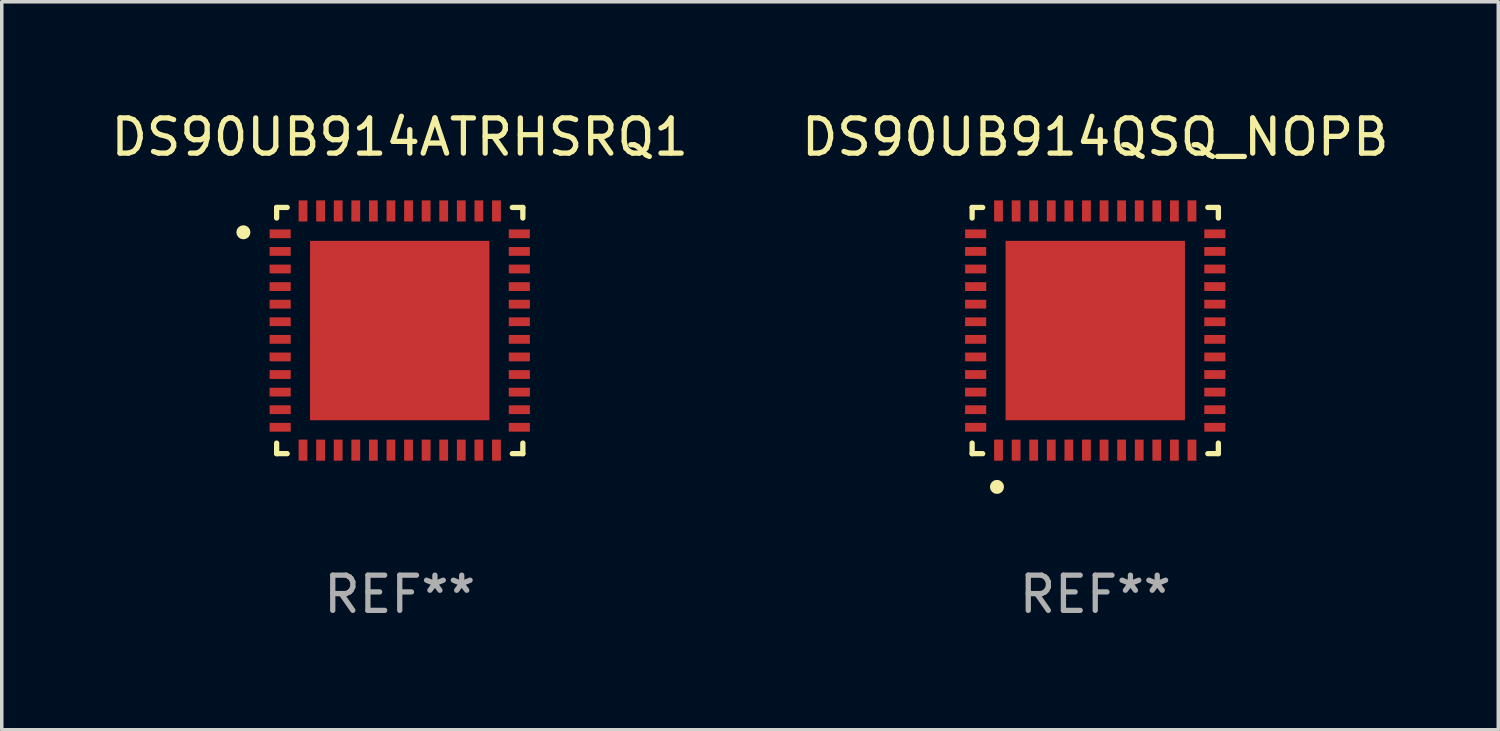
<source format=kicad_pcb>
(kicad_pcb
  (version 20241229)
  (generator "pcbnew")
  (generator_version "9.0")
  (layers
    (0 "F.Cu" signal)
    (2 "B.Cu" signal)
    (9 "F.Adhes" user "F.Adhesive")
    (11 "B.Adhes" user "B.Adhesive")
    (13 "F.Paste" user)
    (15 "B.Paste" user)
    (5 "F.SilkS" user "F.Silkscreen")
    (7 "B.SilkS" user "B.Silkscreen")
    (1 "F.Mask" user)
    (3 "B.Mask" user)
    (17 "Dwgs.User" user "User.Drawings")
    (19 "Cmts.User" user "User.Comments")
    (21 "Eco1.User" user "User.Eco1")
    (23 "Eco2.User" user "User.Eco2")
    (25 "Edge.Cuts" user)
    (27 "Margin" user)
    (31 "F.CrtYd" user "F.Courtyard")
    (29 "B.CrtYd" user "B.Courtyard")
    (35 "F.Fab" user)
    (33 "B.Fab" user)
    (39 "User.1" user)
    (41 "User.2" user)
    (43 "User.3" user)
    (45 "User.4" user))
  (footprint "DS90UB914QSQ_NOPB"
    (layer "F.Cu")
    (at 28.089 6.348)
    (property "Reference" "DS90UB914QSQ_NOPB" (at 0 -5.5 0) (layer "F.SilkS") (effects (font (size 1 1) (thickness 0.15))))
    (attr through_hole)
    (fp_line (start -3.5 -3.5) (end -3.2 -3.5) (stroke (width 0.15) (type solid)) (layer "F.SilkS"))
    (fp_line (start -3.5 -3.2) (end -3.5 -3.5) (stroke (width 0.15) (type solid)) (layer "F.SilkS"))
    (fp_line (start -3.5 3.5) (end -3.5 3.2) (stroke (width 0.15) (type solid)) (layer "F.SilkS"))
    (fp_line (start -3.2 3.5) (end -3.5 3.5) (stroke (width 0.15) (type solid)) (layer "F.SilkS"))
    (fp_line (start 3.2 -3.5) (end 3.5 -3.5) (stroke (width 0.15) (type solid)) (layer "F.SilkS"))
    (fp_line (start 3.5 -3.5) (end 3.5 -3.2) (stroke (width 0.15) (type solid)) (layer "F.SilkS"))
    (fp_line (start 3.5 3.2) (end 3.5 3.5) (stroke (width 0.15) (type solid)) (layer "F.SilkS"))
    (fp_line (start 3.5 3.5) (end 3.2 3.5) (stroke (width 0.15) (type solid)) (layer "F.SilkS"))
    (fp_circle (center -2.794 4.445) (end -2.694 4.445) (stroke (width 0.2) (type solid)) (fill no) (layer "F.SilkS"))
    (fp_text user "REF**" (at 0 7.5 0) (layer "F.Fab") (effects (font (size 1 1) (thickness 0.15))))
    (pad "1" smd rect (at -2.75 3.4 180) (size 0.25 0.6) (layers "F.Cu" "F.Mask" "F.Paste"))
    (pad "2" smd rect (at -2.25 3.4 180) (size 0.25 0.6) (layers "F.Cu" "F.Mask" "F.Paste"))
    (pad "3" smd rect (at -1.75 3.4 180) (size 0.25 0.6) (layers "F.Cu" "F.Mask" "F.Paste"))
    (pad "4" smd rect (at -1.25 3.4 180) (size 0.25 0.6) (layers "F.Cu" "F.Mask" "F.Paste"))
    (pad "5" smd rect (at -0.75 3.4 180) (size 0.25 0.6) (layers "F.Cu" "F.Mask" "F.Paste"))
    (pad "6" smd rect (at -0.25 3.4 180) (size 0.25 0.6) (layers "F.Cu" "F.Mask" "F.Paste"))
    (pad "7" smd rect (at 0.25 3.4 180) (size 0.25 0.6) (layers "F.Cu" "F.Mask" "F.Paste"))
    (pad "8" smd rect (at 0.75 3.4 180) (size 0.25 0.6) (layers "F.Cu" "F.Mask" "F.Paste"))
    (pad "9" smd rect (at 1.25 3.4 180) (size 0.25 0.6) (layers "F.Cu" "F.Mask" "F.Paste"))
    (pad "10" smd rect (at 1.75 3.4 180) (size 0.25 0.6) (layers "F.Cu" "F.Mask" "F.Paste"))
    (pad "11" smd rect (at 2.25 3.4 180) (size 0.25 0.6) (layers "F.Cu" "F.Mask" "F.Paste"))
    (pad "12" smd rect (at 2.75 3.4 180) (size 0.25 0.6) (layers "F.Cu" "F.Mask" "F.Paste"))
    (pad "13" smd rect (at 3.4 2.75 90) (size 0.25 0.6) (layers "F.Cu" "F.Mask" "F.Paste"))
    (pad "14" smd rect (at 3.4 2.25 90) (size 0.25 0.6) (layers "F.Cu" "F.Mask" "F.Paste"))
    (pad "15" smd rect (at 3.4 1.75 90) (size 0.25 0.6) (layers "F.Cu" "F.Mask" "F.Paste"))
    (pad "16" smd rect (at 3.4 1.25 90) (size 0.25 0.6) (layers "F.Cu" "F.Mask" "F.Paste"))
    (pad "17" smd rect (at 3.4 0.75 90) (size 0.25 0.6) (layers "F.Cu" "F.Mask" "F.Paste"))
    (pad "18" smd rect (at 3.4 0.25 90) (size 0.25 0.6) (layers "F.Cu" "F.Mask" "F.Paste"))
    (pad "19" smd rect (at 3.4 -0.25 90) (size 0.25 0.6) (layers "F.Cu" "F.Mask" "F.Paste"))
    (pad "20" smd rect (at 3.4 -0.75 90) (size 0.25 0.6) (layers "F.Cu" "F.Mask" "F.Paste"))
    (pad "21" smd rect (at 3.4 -1.25 90) (size 0.25 0.6) (layers "F.Cu" "F.Mask" "F.Paste"))
    (pad "22" smd rect (at 3.4 -1.75 90) (size 0.25 0.6) (layers "F.Cu" "F.Mask" "F.Paste"))
    (pad "23" smd rect (at 3.4 -2.25 90) (size 0.25 0.6) (layers "F.Cu" "F.Mask" "F.Paste"))
    (pad "24" smd rect (at 3.4 -2.75 90) (size 0.25 0.6) (layers "F.Cu" "F.Mask" "F.Paste"))
    (pad "25" smd rect (at 2.75 -3.4 180) (size 0.25 0.6) (layers "F.Cu" "F.Mask" "F.Paste"))
    (pad "26" smd rect (at 2.25 -3.4 180) (size 0.25 0.6) (layers "F.Cu" "F.Mask" "F.Paste"))
    (pad "27" smd rect (at 1.75 -3.4 180) (size 0.25 0.6) (layers "F.Cu" "F.Mask" "F.Paste"))
    (pad "28" smd rect (at 1.25 -3.4 180) (size 0.25 0.6) (layers "F.Cu" "F.Mask" "F.Paste"))
    (pad "29" smd rect (at 0.75 -3.4 180) (size 0.25 0.6) (layers "F.Cu" "F.Mask" "F.Paste"))
    (pad "30" smd rect (at 0.25 -3.4 180) (size 0.25 0.6) (layers "F.Cu" "F.Mask" "F.Paste"))
    (pad "31" smd rect (at -0.25 -3.4 180) (size 0.25 0.6) (layers "F.Cu" "F.Mask" "F.Paste"))
    (pad "32" smd rect (at -0.75 -3.4 180) (size 0.25 0.6) (layers "F.Cu" "F.Mask" "F.Paste"))
    (pad "33" smd rect (at -1.25 -3.4 180) (size 0.25 0.6) (layers "F.Cu" "F.Mask" "F.Paste"))
    (pad "34" smd rect (at -1.75 -3.4 180) (size 0.25 0.6) (layers "F.Cu" "F.Mask" "F.Paste"))
    (pad "35" smd rect (at -2.25 -3.4 180) (size 0.25 0.6) (layers "F.Cu" "F.Mask" "F.Paste"))
    (pad "36" smd rect (at -2.75 -3.4 180) (size 0.25 0.6) (layers "F.Cu" "F.Mask" "F.Paste"))
    (pad "37" smd rect (at -3.4 -2.75 90) (size 0.25 0.6) (layers "F.Cu" "F.Mask" "F.Paste"))
    (pad "38" smd rect (at -3.4 -2.25 90) (size 0.25 0.6) (layers "F.Cu" "F.Mask" "F.Paste"))
    (pad "39" smd rect (at -3.4 -1.75 90) (size 0.25 0.6) (layers "F.Cu" "F.Mask" "F.Paste"))
    (pad "40" smd rect (at -3.4 -1.25 90) (size 0.25 0.6) (layers "F.Cu" "F.Mask" "F.Paste"))
    (pad "41" smd rect (at -3.4 -0.75 90) (size 0.25 0.6) (layers "F.Cu" "F.Mask" "F.Paste"))
    (pad "42" smd rect (at -3.4 -0.25 90) (size 0.25 0.6) (layers "F.Cu" "F.Mask" "F.Paste"))
    (pad "43" smd rect (at -3.4 0.25 90) (size 0.25 0.6) (layers "F.Cu" "F.Mask" "F.Paste"))
    (pad "44" smd rect (at -3.4 0.75 90) (size 0.25 0.6) (layers "F.Cu" "F.Mask" "F.Paste"))
    (pad "45" smd rect (at -3.4 1.25 90) (size 0.25 0.6) (layers "F.Cu" "F.Mask" "F.Paste"))
    (pad "46" smd rect (at -3.4 1.75 90) (size 0.25 0.6) (layers "F.Cu" "F.Mask" "F.Paste"))
    (pad "47" smd rect (at -3.4 2.25 90) (size 0.25 0.6) (layers "F.Cu" "F.Mask" "F.Paste"))
    (pad "48" smd rect (at -3.4 2.75 90) (size 0.25 0.6) (layers "F.Cu" "F.Mask" "F.Paste"))
    (pad "49" smd rect (at -0.000127 -0.000127 90) (size 5.1 5.1) (layers "F.Cu" "F.Mask" "F.Paste")))
  (footprint "DS90UB914ATRHSRQ1"
    (layer "F.Cu")
    (at 8.315 6.348)
    (property "Reference" "DS90UB914ATRHSRQ1" (at 0 -5.5 0) (layer "F.SilkS") (effects (font (size 1 1) (thickness 0.15))))
    (attr through_hole)
    (fp_line (start -3.5 -3.5) (end -3.2 -3.5) (stroke (width 0.15) (type solid)) (layer "F.SilkS"))
    (fp_line (start -3.5 -3.2) (end -3.5 -3.5) (stroke (width 0.15) (type solid)) (layer "F.SilkS"))
    (fp_line (start -3.5 3.5) (end -3.5 3.2) (stroke (width 0.15) (type solid)) (layer "F.SilkS"))
    (fp_line (start -3.2 3.5) (end -3.5 3.5) (stroke (width 0.15) (type solid)) (layer "F.SilkS"))
    (fp_line (start 3.2 -3.5) (end 3.5 -3.5) (stroke (width 0.15) (type solid)) (layer "F.SilkS"))
    (fp_line (start 3.5 -3.5) (end 3.5 -3.2) (stroke (width 0.15) (type solid)) (layer "F.SilkS"))
    (fp_line (start 3.5 3.2) (end 3.5 3.5) (stroke (width 0.15) (type solid)) (layer "F.SilkS"))
    (fp_line (start 3.5 3.5) (end 3.2 3.5) (stroke (width 0.15) (type solid)) (layer "F.SilkS"))
    (fp_circle (center -4.445 -2.794) (end -4.345 -2.794) (stroke (width 0.2) (type solid)) (fill no) (layer "F.SilkS"))
    (fp_text user "REF**" (at 0 7.5 0) (layer "F.Fab") (effects (font (size 1 1) (thickness 0.15))))
    (pad "1" smd rect (at -3.4 -2.75 90) (size 0.25 0.6) (layers "F.Cu" "F.Mask" "F.Paste"))
    (pad "2" smd rect (at -3.4 -2.25 90) (size 0.25 0.6) (layers "F.Cu" "F.Mask" "F.Paste"))
    (pad "3" smd rect (at -3.4 -1.75 90) (size 0.25 0.6) (layers "F.Cu" "F.Mask" "F.Paste"))
    (pad "4" smd rect (at -3.4 -1.25 90) (size 0.25 0.6) (layers "F.Cu" "F.Mask" "F.Paste"))
    (pad "5" smd rect (at -3.4 -0.75 90) (size 0.25 0.6) (layers "F.Cu" "F.Mask" "F.Paste"))
    (pad "6" smd rect (at -3.4 -0.25 90) (size 0.25 0.6) (layers "F.Cu" "F.Mask" "F.Paste"))
    (pad "7" smd rect (at -3.4 0.25 90) (size 0.25 0.6) (layers "F.Cu" "F.Mask" "F.Paste"))
    (pad "8" smd rect (at -3.4 0.75 90) (size 0.25 0.6) (layers "F.Cu" "F.Mask" "F.Paste"))
    (pad "9" smd rect (at -3.4 1.25 90) (size 0.25 0.6) (layers "F.Cu" "F.Mask" "F.Paste"))
    (pad "10" smd rect (at -3.4 1.75 90) (size 0.25 0.6) (layers "F.Cu" "F.Mask" "F.Paste"))
    (pad "11" smd rect (at -3.4 2.25 90) (size 0.25 0.6) (layers "F.Cu" "F.Mask" "F.Paste"))
    (pad "12" smd rect (at -3.4 2.75 90) (size 0.25 0.6) (layers "F.Cu" "F.Mask" "F.Paste"))
    (pad "13" smd rect (at -2.75 3.4) (size 0.25 0.6) (layers "F.Cu" "F.Mask" "F.Paste"))
    (pad "14" smd rect (at -2.25 3.4) (size 0.25 0.6) (layers "F.Cu" "F.Mask" "F.Paste"))
    (pad "15" smd rect (at -1.75 3.4) (size 0.25 0.6) (layers "F.Cu" "F.Mask" "F.Paste"))
    (pad "16" smd rect (at -1.25 3.4) (size 0.25 0.6) (layers "F.Cu" "F.Mask" "F.Paste"))
    (pad "17" smd rect (at -0.75 3.4) (size 0.25 0.6) (layers "F.Cu" "F.Mask" "F.Paste"))
    (pad "18" smd rect (at -0.25 3.4) (size 0.25 0.6) (layers "F.Cu" "F.Mask" "F.Paste"))
    (pad "19" smd rect (at 0.25 3.4) (size 0.25 0.6) (layers "F.Cu" "F.Mask" "F.Paste"))
    (pad "20" smd rect (at 0.75 3.4) (size 0.25 0.6) (layers "F.Cu" "F.Mask" "F.Paste"))
    (pad "21" smd rect (at 1.25 3.4) (size 0.25 0.6) (layers "F.Cu" "F.Mask" "F.Paste"))
    (pad "22" smd rect (at 1.75 3.4) (size 0.25 0.6) (layers "F.Cu" "F.Mask" "F.Paste"))
    (pad "23" smd rect (at 2.25 3.4) (size 0.25 0.6) (layers "F.Cu" "F.Mask" "F.Paste"))
    (pad "24" smd rect (at 2.75 3.4) (size 0.25 0.6) (layers "F.Cu" "F.Mask" "F.Paste"))
    (pad "25" smd rect (at 3.4 2.75 90) (size 0.25 0.6) (layers "F.Cu" "F.Mask" "F.Paste"))
    (pad "26" smd rect (at 3.4 2.25 90) (size 0.25 0.6) (layers "F.Cu" "F.Mask" "F.Paste"))
    (pad "27" smd rect (at 3.4 1.75 90) (size 0.25 0.6) (layers "F.Cu" "F.Mask" "F.Paste"))
    (pad "28" smd rect (at 3.4 1.25 90) (size 0.25 0.6) (layers "F.Cu" "F.Mask" "F.Paste"))
    (pad "29" smd rect (at 3.4 0.75 90) (size 0.25 0.6) (layers "F.Cu" "F.Mask" "F.Paste"))
    (pad "30" smd rect (at 3.4 0.25 90) (size 0.25 0.6) (layers "F.Cu" "F.Mask" "F.Paste"))
    (pad "31" smd rect (at 3.4 -0.25 90) (size 0.25 0.6) (layers "F.Cu" "F.Mask" "F.Paste"))
    (pad "32" smd rect (at 3.4 -0.75 90) (size 0.25 0.6) (layers "F.Cu" "F.Mask" "F.Paste"))
    (pad "33" smd rect (at 3.4 -1.25 90) (size 0.25 0.6) (layers "F.Cu" "F.Mask" "F.Paste"))
    (pad "34" smd rect (at 3.4 -1.75 90) (size 0.25 0.6) (layers "F.Cu" "F.Mask" "F.Paste"))
    (pad "35" smd rect (at 3.4 -2.25 90) (size 0.25 0.6) (layers "F.Cu" "F.Mask" "F.Paste"))
    (pad "36" smd rect (at 3.4 -2.75 90) (size 0.25 0.6) (layers "F.Cu" "F.Mask" "F.Paste"))
    (pad "37" smd rect (at 2.75 -3.4) (size 0.25 0.6) (layers "F.Cu" "F.Mask" "F.Paste"))
    (pad "38" smd rect (at 2.25 -3.4) (size 0.25 0.6) (layers "F.Cu" "F.Mask" "F.Paste"))
    (pad "39" smd rect (at 1.75 -3.4) (size 0.25 0.6) (layers "F.Cu" "F.Mask" "F.Paste"))
    (pad "40" smd rect (at 1.25 -3.4) (size 0.25 0.6) (layers "F.Cu" "F.Mask" "F.Paste"))
    (pad "41" smd rect (at 0.75 -3.4) (size 0.25 0.6) (layers "F.Cu" "F.Mask" "F.Paste"))
    (pad "42" smd rect (at 0.25 -3.4) (size 0.25 0.6) (layers "F.Cu" "F.Mask" "F.Paste"))
    (pad "43" smd rect (at -0.25 -3.4) (size 0.25 0.6) (layers "F.Cu" "F.Mask" "F.Paste"))
    (pad "44" smd rect (at -0.75 -3.4) (size 0.25 0.6) (layers "F.Cu" "F.Mask" "F.Paste"))
    (pad "45" smd rect (at -1.25 -3.4) (size 0.25 0.6) (layers "F.Cu" "F.Mask" "F.Paste"))
    (pad "46" smd rect (at -1.75 -3.4) (size 0.25 0.6) (layers "F.Cu" "F.Mask" "F.Paste"))
    (pad "47" smd rect (at -2.25 -3.4) (size 0.25 0.6) (layers "F.Cu" "F.Mask" "F.Paste"))
    (pad "48" smd rect (at -2.75 -3.4) (size 0.25 0.6) (layers "F.Cu" "F.Mask" "F.Paste"))
    (pad "49" smd rect (at 0.000025 -0.000025) (size 5.1 5.1) (layers "F.Cu" "F.Mask" "F.Paste")))
  (gr_rect
    (start -3 -3)
    (end 39.548 17.697)
    (stroke (width 0.1) (type default))
    (fill no)
    (layer "Edge.Cuts")))
</source>
